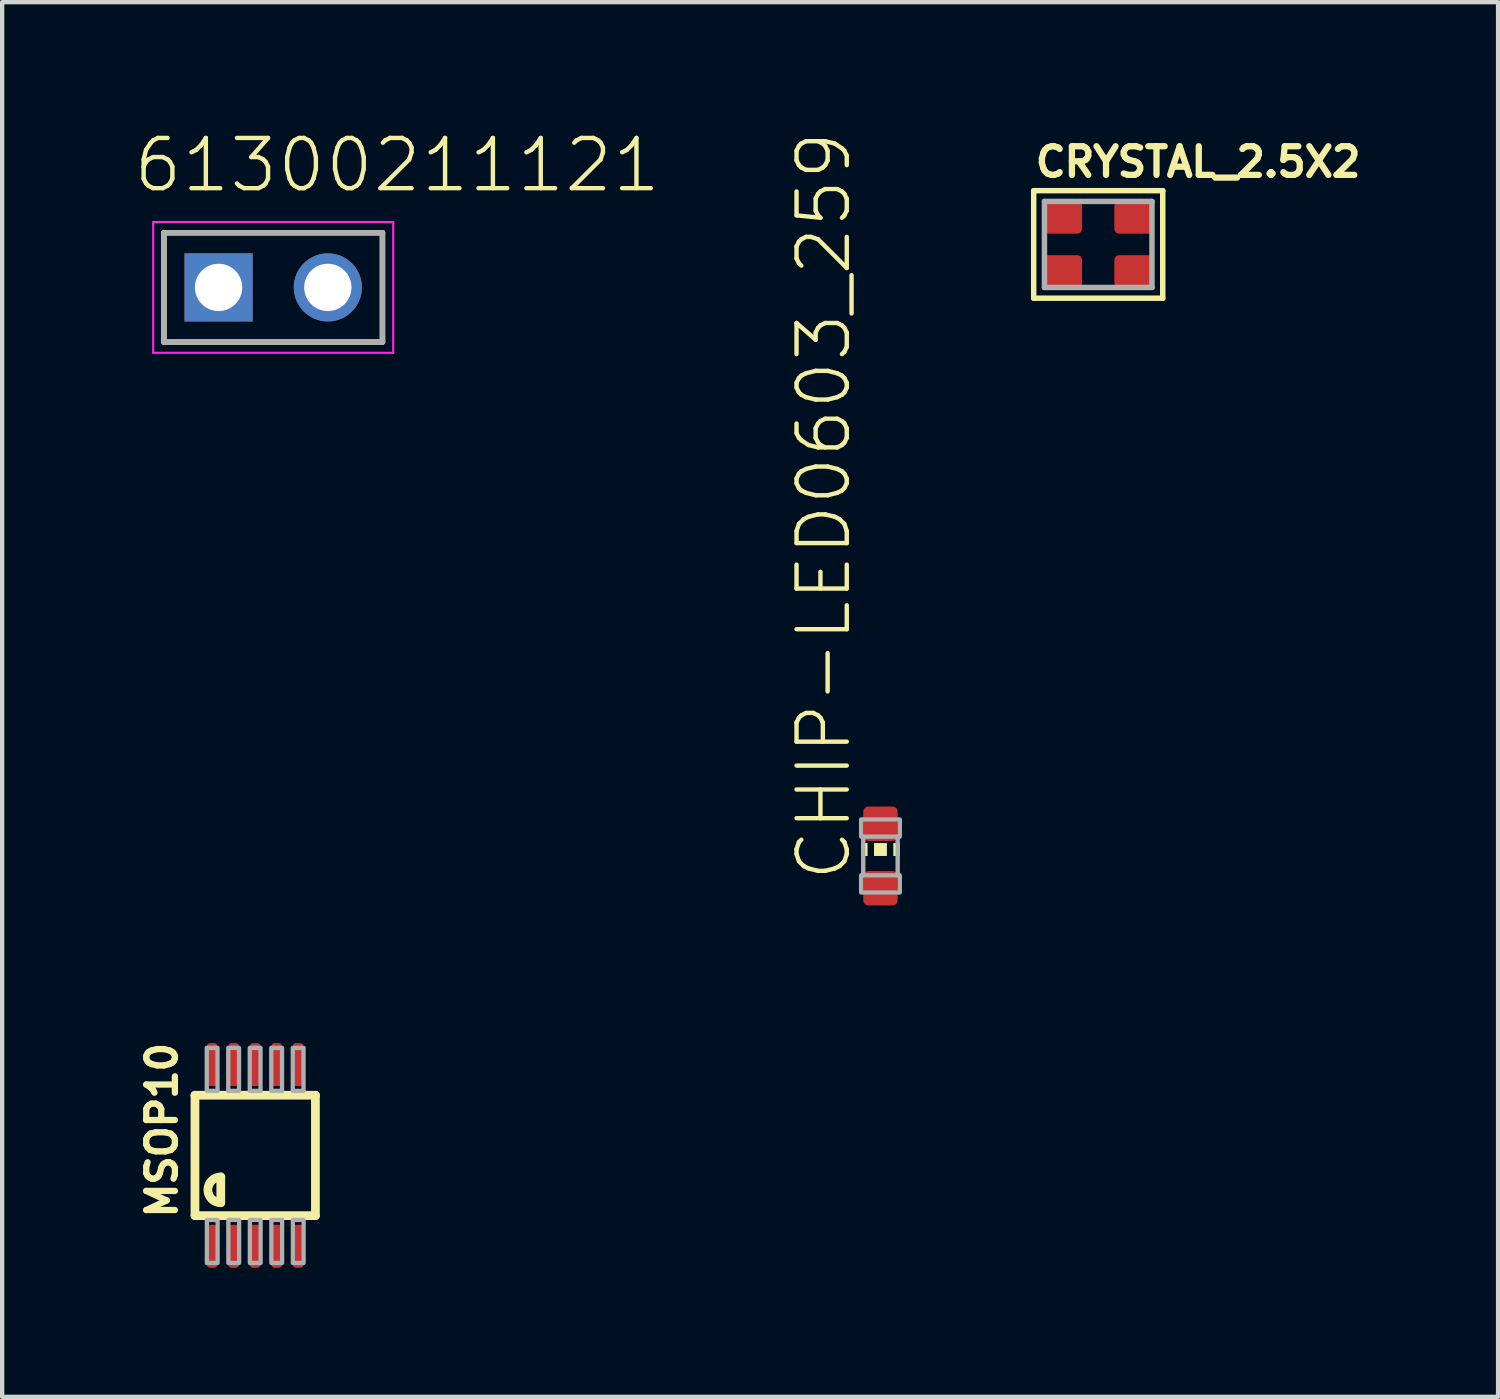
<source format=kicad_pcb>
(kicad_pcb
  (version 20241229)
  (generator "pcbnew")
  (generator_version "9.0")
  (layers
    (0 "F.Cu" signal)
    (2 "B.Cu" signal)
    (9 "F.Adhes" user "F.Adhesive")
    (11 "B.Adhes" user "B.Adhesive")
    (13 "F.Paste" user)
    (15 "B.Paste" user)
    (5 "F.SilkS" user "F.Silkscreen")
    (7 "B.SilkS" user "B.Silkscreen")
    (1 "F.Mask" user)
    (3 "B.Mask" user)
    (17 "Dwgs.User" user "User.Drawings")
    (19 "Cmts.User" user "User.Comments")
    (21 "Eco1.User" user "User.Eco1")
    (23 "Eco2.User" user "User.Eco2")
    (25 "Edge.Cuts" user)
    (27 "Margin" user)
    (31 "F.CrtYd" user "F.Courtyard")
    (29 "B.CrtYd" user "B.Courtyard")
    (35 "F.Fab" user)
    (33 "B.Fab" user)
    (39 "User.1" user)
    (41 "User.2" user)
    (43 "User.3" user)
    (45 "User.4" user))
  (footprint "61300211121"
    (layer "F.Cu")
    (at 3.302 3.632)
    (property "Reference" "61300211121" (at -3.302 -2.159 0) (unlocked yes) (layer "F.SilkS") (effects (font (size 1.168 1.168) (thickness 0.102)) (justify left bottom)))
    (fp_line (start -2.54 -1.27) (end 2.54 -1.27) (stroke (width 0.127) (type solid)) (layer "F.SilkS"))
    (fp_line (start -2.54 1.27) (end -2.54 -1.27) (stroke (width 0.127) (type solid)) (layer "F.SilkS"))
    (fp_line (start 2.54 -1.27) (end 2.54 1.27) (stroke (width 0.127) (type solid)) (layer "F.SilkS"))
    (fp_line (start 2.54 1.27) (end -2.54 1.27) (stroke (width 0.127) (type solid)) (layer "F.SilkS"))
    (fp_line (start -2.79 -1.52) (end 2.79 -1.52) (stroke (width 0.05) (type solid)) (layer "F.CrtYd"))
    (fp_line (start -2.79 1.52) (end -2.79 -1.52) (stroke (width 0.05) (type solid)) (layer "F.CrtYd"))
    (fp_line (start 2.79 -1.52) (end 2.79 1.52) (stroke (width 0.05) (type solid)) (layer "F.CrtYd"))
    (fp_line (start 2.79 1.52) (end -2.79 1.52) (stroke (width 0.05) (type solid)) (layer "F.CrtYd"))
    (fp_line (start -2.54 -1.27) (end 2.54 -1.27) (stroke (width 0.127) (type solid)) (layer "F.Fab"))
    (fp_line (start -2.54 1.27) (end -2.54 -1.27) (stroke (width 0.127) (type solid)) (layer "F.Fab"))
    (fp_line (start 2.54 -1.27) (end 2.54 1.27) (stroke (width 0.127) (type solid)) (layer "F.Fab"))
    (fp_line (start 2.54 1.27) (end -2.54 1.27) (stroke (width 0.127) (type solid)) (layer "F.Fab"))
    (pad "1" thru_hole rect (at -1.27 0) (size 1.584 1.584) (drill 1.1) (layers "*.Cu" "*.Mask"))
    (pad "2" thru_hole circle (at 1.27 0) (size 1.584 1.584) (drill 1.1) (layers "*.Cu" "*.Mask")))
  (footprint "MSOP10"
    (layer "F.Cu")
    (at 2.883 23.813)
    (property "Reference" "MSOP10" (at -1.778 1.524 90) (unlocked yes) (layer "F.SilkS") (effects (font (size 0.666 0.666) (thickness 0.146)) (justify left bottom)))
    (fp_line (start -1.4 -1.4) (end 1.4 -1.4) (stroke (width 0.203) (type solid)) (layer "F.SilkS"))
    (fp_line (start -1.4 1.4) (end -1.4 -1.4) (stroke (width 0.203) (type solid)) (layer "F.SilkS"))
    (fp_line (start -0.8 0.5) (end -0.8 1.1) (stroke (width 0.203) (type solid)) (layer "F.SilkS"))
    (fp_line (start 1.4 -1.4) (end 1.4 1.4) (stroke (width 0.203) (type solid)) (layer "F.SilkS"))
    (fp_line (start 1.4 1.4) (end -1.4 1.4) (stroke (width 0.203) (type solid)) (layer "F.SilkS"))
    (fp_arc (start -0.8 1.1) (mid -1.1 0.8) (end -0.8 0.5) (stroke (width 0.2032) (type solid)) (layer "F.SilkS"))
    (fp_poly (pts (xy -1.124 2.5) (xy -0.874 2.5) (xy -0.874 1.5) (xy -1.124 1.5)) (stroke (width 0.1) (type default)) (fill no) (layer "F.Fab"))
    (fp_poly (pts (xy -0.876 -2.5) (xy -1.126 -2.5) (xy -1.126 -1.5) (xy -0.876 -1.5)) (stroke (width 0.1) (type default)) (fill no) (layer "F.Fab"))
    (fp_poly (pts (xy -0.624 2.5) (xy -0.374 2.5) (xy -0.374 1.5) (xy -0.624 1.5)) (stroke (width 0.1) (type default)) (fill no) (layer "F.Fab"))
    (fp_poly (pts (xy -0.376 -2.5) (xy -0.626 -2.5) (xy -0.626 -1.5) (xy -0.376 -1.5)) (stroke (width 0.1) (type default)) (fill no) (layer "F.Fab"))
    (fp_poly (pts (xy -0.124 2.5) (xy 0.126 2.5) (xy 0.126 1.5) (xy -0.124 1.5)) (stroke (width 0.1) (type default)) (fill no) (layer "F.Fab"))
    (fp_poly (pts (xy 0.124 -2.5) (xy -0.126 -2.5) (xy -0.126 -1.5) (xy 0.124 -1.5)) (stroke (width 0.1) (type default)) (fill no) (layer "F.Fab"))
    (fp_poly (pts (xy 0.376 2.5) (xy 0.626 2.5) (xy 0.626 1.5) (xy 0.376 1.5)) (stroke (width 0.1) (type default)) (fill no) (layer "F.Fab"))
    (fp_poly (pts (xy 0.624 -2.5) (xy 0.374 -2.5) (xy 0.374 -1.5) (xy 0.624 -1.5)) (stroke (width 0.1) (type default)) (fill no) (layer "F.Fab"))
    (fp_poly (pts (xy 0.876 2.5) (xy 1.126 2.5) (xy 1.126 1.5) (xy 0.876 1.5)) (stroke (width 0.1) (type default)) (fill no) (layer "F.Fab"))
    (fp_poly (pts (xy 1.124 -2.5) (xy 0.874 -2.5) (xy 0.874 -1.5) (xy 1.124 -1.5)) (stroke (width 0.1) (type default)) (fill no) (layer "F.Fab"))
    (pad "1" smd roundrect (at -1 2.113) (size 0.25 1) (layers "F.Cu" "F.Mask" "F.Paste") (roundrect_rratio 0.305))
    (pad "2" smd roundrect (at -0.5 2.113) (size 0.25 1) (layers "F.Cu" "F.Mask" "F.Paste") (roundrect_rratio 0.305))
    (pad "3" smd roundrect (at 0 2.113) (size 0.25 1) (layers "F.Cu" "F.Mask" "F.Paste") (roundrect_rratio 0.305))
    (pad "4" smd roundrect (at 0.5 2.113) (size 0.25 1) (layers "F.Cu" "F.Mask" "F.Paste") (roundrect_rratio 0.305))
    (pad "5" smd roundrect (at 1 2.113) (size 0.25 1) (layers "F.Cu" "F.Mask" "F.Paste") (roundrect_rratio 0.305))
    (pad "6" smd roundrect (at 1 -2.113 180) (size 0.25 1) (layers "F.Cu" "F.Mask" "F.Paste") (roundrect_rratio 0.305))
    (pad "7" smd roundrect (at 0.5 -2.113 180) (size 0.25 1) (layers "F.Cu" "F.Mask" "F.Paste") (roundrect_rratio 0.305))
    (pad "8" smd roundrect (at 0 -2.113 180) (size 0.25 1) (layers "F.Cu" "F.Mask" "F.Paste") (roundrect_rratio 0.305))
    (pad "9" smd roundrect (at -0.5 -2.113 180) (size 0.25 1) (layers "F.Cu" "F.Mask" "F.Paste") (roundrect_rratio 0.305))
    (pad "10" smd roundrect (at -1 -2.113 180) (size 0.25 1) (layers "F.Cu" "F.Mask" "F.Paste") (roundrect_rratio 0.305)))
  (footprint "CHIP-LED0603_259"
    (layer "F.Cu")
    (at 17.42 16.851)
    (property "Reference" "CHIP-LED0603_259" (at -0.635 0.635 90) (unlocked yes) (layer "F.SilkS") (effects (font (size 1.168 1.168) (thickness 0.102)) (justify left bottom)))
    (fp_poly (pts (xy -0.45 0) (xy -0.3 0) (xy -0.3 -0.3) (xy -0.45 -0.3)) (stroke (width 0) (type default)) (fill yes) (layer "F.SilkS"))
    (fp_poly (pts (xy -0.15 0) (xy 0.15 0) (xy 0.15 -0.3) (xy -0.15 -0.3)) (stroke (width 0) (type default)) (fill yes) (layer "F.SilkS"))
    (fp_poly (pts (xy 0.3 0) (xy 0.45 0) (xy 0.45 -0.3) (xy 0.3 -0.3)) (stroke (width 0) (type default)) (fill yes) (layer "F.SilkS"))
    (fp_line (start -0.4 -0.45) (end -0.4 0.45) (stroke (width 0.102) (type solid)) (layer "F.Fab"))
    (fp_line (start 0.4 -0.45) (end 0.4 0.45) (stroke (width 0.102) (type solid)) (layer "F.Fab"))
    (fp_poly (pts (xy -0.45 -0.45) (xy 0.45 -0.45) (xy 0.45 -0.85) (xy -0.45 -0.85)) (stroke (width 0.1) (type default)) (fill no) (layer "F.Fab"))
    (fp_poly (pts (xy -0.45 0.85) (xy 0.45 0.85) (xy 0.45 0.45) (xy -0.45 0.45)) (stroke (width 0.1) (type default)) (fill no) (layer "F.Fab"))
    (pad "A" smd roundrect (at 0 0.75) (size 0.8 0.8) (layers "F.Cu" "F.Mask" "F.Paste") (roundrect_rratio 0.15))
    (pad "C" smd roundrect (at 0 -0.75) (size 0.8 0.8) (layers "F.Cu" "F.Mask" "F.Paste") (roundrect_rratio 0.15)))
  (footprint "CRYSTAL_2.5X2"
    (layer "F.Cu")
    (at 22.483 2.633)
    (property "Reference" "CRYSTAL_2.5X2" (at -1.532 -1.528 0) (unlocked yes) (layer "F.SilkS") (effects (font (size 0.666 0.666) (thickness 0.146)) (justify left bottom)))
    (fp_line (start -1.5 -1.25) (end 1.5 -1.25) (stroke (width 0.127) (type solid)) (layer "F.SilkS"))
    (fp_line (start -1.5 1.25) (end -1.5 -1.25) (stroke (width 0.127) (type solid)) (layer "F.SilkS"))
    (fp_line (start 1.5 -1.25) (end 1.5 1.25) (stroke (width 0.127) (type solid)) (layer "F.SilkS"))
    (fp_line (start 1.5 1.25) (end -1.5 1.25) (stroke (width 0.127) (type solid)) (layer "F.SilkS"))
    (fp_line (start -1.25 -1) (end 1.25 -1) (stroke (width 0.127) (type solid)) (layer "F.Fab"))
    (fp_line (start -1.25 1) (end -1.25 -1) (stroke (width 0.127) (type solid)) (layer "F.Fab"))
    (fp_line (start 1.25 -1) (end 1.25 1) (stroke (width 0.127) (type solid)) (layer "F.Fab"))
    (fp_line (start 1.25 1) (end -1.25 1) (stroke (width 0.127) (type solid)) (layer "F.Fab"))
    (pad "1" smd roundrect (at -0.825 0.625) (size 0.9 0.75) (layers "F.Cu" "F.Mask" "F.Paste") (roundrect_rratio 0.15))
    (pad "2" smd roundrect (at 0.825 0.625) (size 0.9 0.75) (layers "F.Cu" "F.Mask" "F.Paste") (roundrect_rratio 0.15))
    (pad "3" smd roundrect (at 0.825 -0.625) (size 0.9 0.75) (layers "F.Cu" "F.Mask" "F.Paste") (roundrect_rratio 0.15))
    (pad "4" smd roundrect (at -0.825 -0.625) (size 0.9 0.75) (layers "F.Cu" "F.Mask" "F.Paste") (roundrect_rratio 0.15)))
  (gr_rect
    (start -3 -3)
    (end 31.779 29.426)
    (stroke (width 0.1) (type default))
    (fill no)
    (layer "Edge.Cuts")))
</source>
